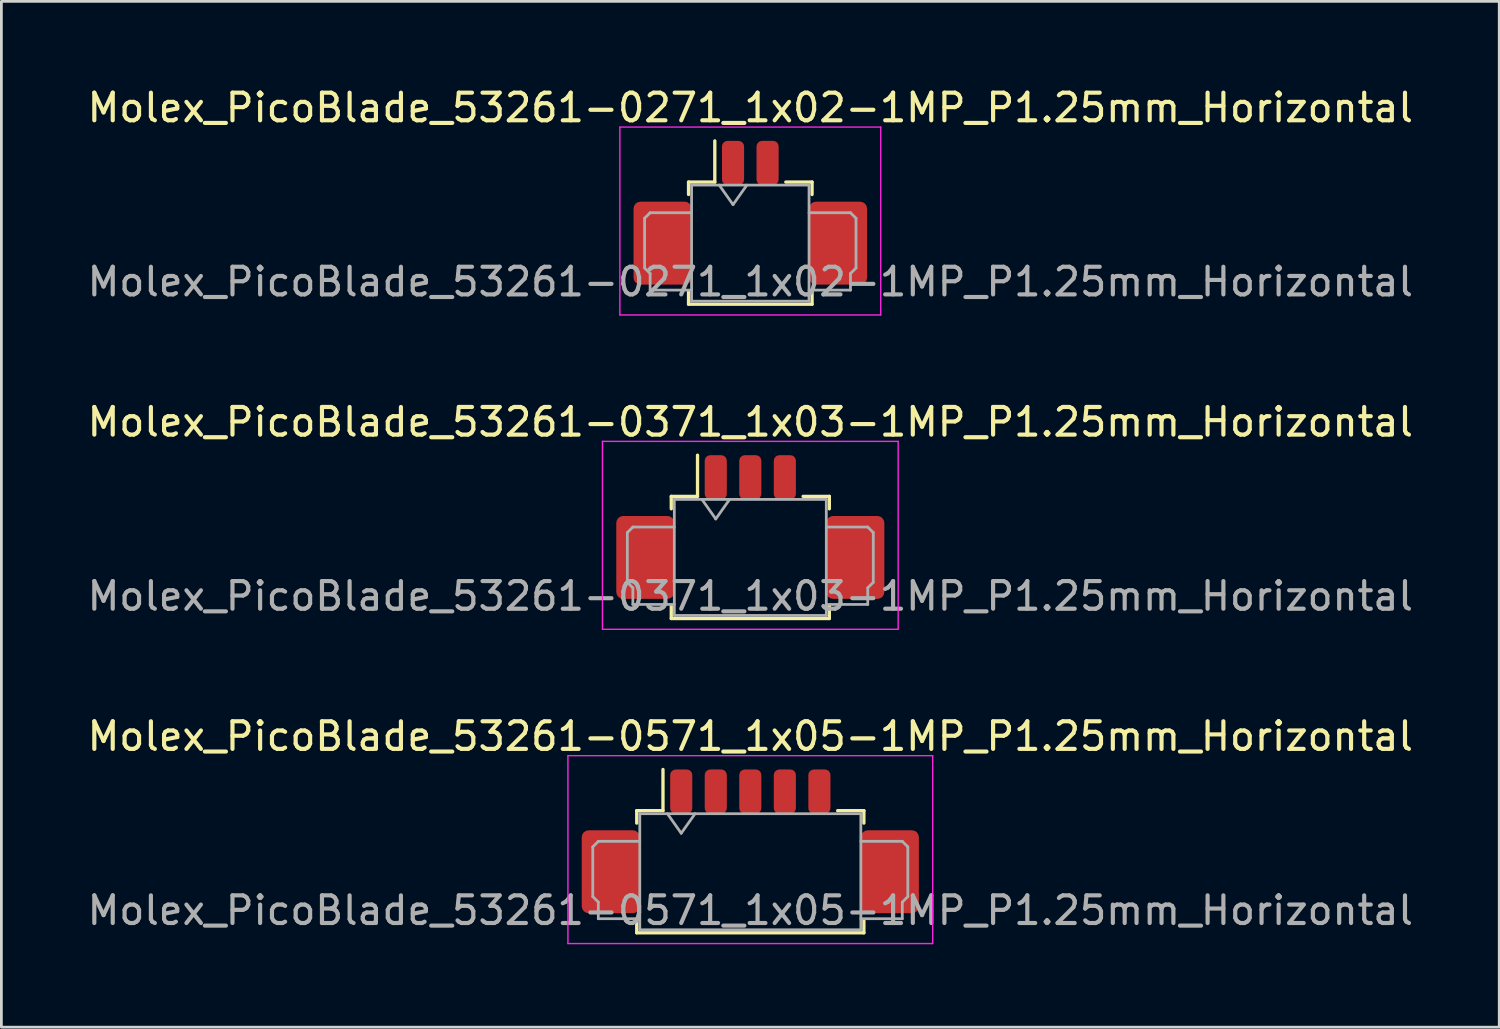
<source format=kicad_pcb>
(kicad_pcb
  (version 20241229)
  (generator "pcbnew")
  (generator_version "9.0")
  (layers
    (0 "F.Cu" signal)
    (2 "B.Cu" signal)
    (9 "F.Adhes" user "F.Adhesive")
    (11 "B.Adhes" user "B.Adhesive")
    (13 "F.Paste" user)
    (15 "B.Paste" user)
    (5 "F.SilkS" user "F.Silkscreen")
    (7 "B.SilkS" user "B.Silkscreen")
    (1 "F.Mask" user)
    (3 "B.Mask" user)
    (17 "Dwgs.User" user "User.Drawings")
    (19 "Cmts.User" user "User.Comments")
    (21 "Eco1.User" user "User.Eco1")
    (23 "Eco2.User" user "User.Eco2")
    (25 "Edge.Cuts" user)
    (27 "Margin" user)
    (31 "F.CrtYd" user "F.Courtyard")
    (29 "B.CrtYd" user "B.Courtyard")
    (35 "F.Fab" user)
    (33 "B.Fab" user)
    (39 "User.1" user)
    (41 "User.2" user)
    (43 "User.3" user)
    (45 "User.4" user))
  (footprint "Molex_PicoBlade_53261-0371_1x03-1MP_P1.25mm_Horizontal"
    (layer "F.Cu")
    (at 24.101 16.622)
    (property "Reference" "Molex_PicoBlade_53261-0371_1x03-1MP_P1.25mm_Horizontal" (at 0 -4.4 0) (layer "F.SilkS") (effects (font (size 1 1) (thickness 0.15))))
    (attr smd)
    (fp_line (start -2.86 -1.71) (end -1.91 -1.71) (stroke (width 0.12) (type solid)) (layer "F.SilkS"))
    (fp_line (start -2.86 -1.26) (end -2.86 -1.71) (stroke (width 0.12) (type solid)) (layer "F.SilkS"))
    (fp_line (start -2.86 2.26) (end -2.86 2.71) (stroke (width 0.12) (type solid)) (layer "F.SilkS"))
    (fp_line (start -2.86 2.71) (end 2.86 2.71) (stroke (width 0.12) (type solid)) (layer "F.SilkS"))
    (fp_line (start -1.91 -1.71) (end -1.91 -3.2) (stroke (width 0.12) (type solid)) (layer "F.SilkS"))
    (fp_line (start 2.86 -1.71) (end 1.91 -1.71) (stroke (width 0.12) (type solid)) (layer "F.SilkS"))
    (fp_line (start 2.86 -1.26) (end 2.86 -1.71) (stroke (width 0.12) (type solid)) (layer "F.SilkS"))
    (fp_line (start 2.86 2.71) (end 2.86 2.26) (stroke (width 0.12) (type solid)) (layer "F.SilkS"))
    (fp_line (start -5.35 -3.7) (end -5.35 3.1) (stroke (width 0.05) (type solid)) (layer "F.CrtYd"))
    (fp_line (start -5.35 3.1) (end 5.35 3.1) (stroke (width 0.05) (type solid)) (layer "F.CrtYd"))
    (fp_line (start 5.35 -3.7) (end -5.35 -3.7) (stroke (width 0.05) (type solid)) (layer "F.CrtYd"))
    (fp_line (start 5.35 3.1) (end 5.35 -3.7) (stroke (width 0.05) (type solid)) (layer "F.CrtYd"))
    (fp_line (start -4.45 -0.4) (end -4.45 1.4) (stroke (width 0.1) (type solid)) (layer "F.Fab"))
    (fp_line (start -4.45 1.4) (end -4.25 1.6) (stroke (width 0.1) (type solid)) (layer "F.Fab"))
    (fp_line (start -4.25 -0.6) (end -4.45 -0.4) (stroke (width 0.1) (type solid)) (layer "F.Fab"))
    (fp_line (start -4.25 1.6) (end -4.25 2.2) (stroke (width 0.1) (type solid)) (layer "F.Fab"))
    (fp_line (start -4.25 2.2) (end -2.75 2.2) (stroke (width 0.1) (type solid)) (layer "F.Fab"))
    (fp_line (start -2.75 -1.6) (end -2.75 2.6) (stroke (width 0.1) (type solid)) (layer "F.Fab"))
    (fp_line (start -2.75 -1.6) (end 2.75 -1.6) (stroke (width 0.1) (type solid)) (layer "F.Fab"))
    (fp_line (start -2.75 -0.6) (end -4.25 -0.6) (stroke (width 0.1) (type solid)) (layer "F.Fab"))
    (fp_line (start -2.75 2.6) (end 2.75 2.6) (stroke (width 0.1) (type solid)) (layer "F.Fab"))
    (fp_line (start -1.75 -1.6) (end -1.25 -0.893) (stroke (width 0.1) (type solid)) (layer "F.Fab"))
    (fp_line (start -1.25 -0.893) (end -0.75 -1.6) (stroke (width 0.1) (type solid)) (layer "F.Fab"))
    (fp_line (start 2.75 -1.6) (end 2.75 2.6) (stroke (width 0.1) (type solid)) (layer "F.Fab"))
    (fp_line (start 2.75 -0.6) (end 4.25 -0.6) (stroke (width 0.1) (type solid)) (layer "F.Fab"))
    (fp_line (start 4.25 -0.6) (end 4.45 -0.4) (stroke (width 0.1) (type solid)) (layer "F.Fab"))
    (fp_line (start 4.25 1.6) (end 4.25 2.2) (stroke (width 0.1) (type solid)) (layer "F.Fab"))
    (fp_line (start 4.25 2.2) (end 2.75 2.2) (stroke (width 0.1) (type solid)) (layer "F.Fab"))
    (fp_line (start 4.45 -0.4) (end 4.45 1.4) (stroke (width 0.1) (type solid)) (layer "F.Fab"))
    (fp_line (start 4.45 1.4) (end 4.25 1.6) (stroke (width 0.1) (type solid)) (layer "F.Fab"))
    (fp_text user "${REFERENCE}" (at 0 1.9 0) (layer "F.Fab") (effects (font (size 1 1) (thickness 0.15))))
    (pad "1" smd roundrect (at -1.25 -2.4) (size 0.8 1.6) (layers "F.Cu" "F.Mask" "F.Paste") (roundrect_rratio 0.25))
    (pad "2" smd roundrect (at 0 -2.4) (size 0.8 1.6) (layers "F.Cu" "F.Mask" "F.Paste") (roundrect_rratio 0.25))
    (pad "3" smd roundrect (at 1.25 -2.4) (size 0.8 1.6) (layers "F.Cu" "F.Mask" "F.Paste") (roundrect_rratio 0.25))
    (pad "MP" smd roundrect (at -3.8 0.5) (size 2.1 3) (layers "F.Cu" "F.Mask" "F.Paste") (roundrect_rratio 0.119))
    (pad "MP" smd roundrect (at 3.8 0.5) (size 2.1 3) (layers "F.Cu" "F.Mask" "F.Paste") (roundrect_rratio 0.119)))
  (footprint "Molex_PicoBlade_53261-0571_1x05-1MP_P1.25mm_Horizontal"
    (layer "F.Cu")
    (at 24.101 27.995)
    (property "Reference" "Molex_PicoBlade_53261-0571_1x05-1MP_P1.25mm_Horizontal" (at 0 -4.4 0) (layer "F.SilkS") (effects (font (size 1 1) (thickness 0.15))))
    (attr smd)
    (fp_line (start -4.11 -1.71) (end -3.16 -1.71) (stroke (width 0.12) (type solid)) (layer "F.SilkS"))
    (fp_line (start -4.11 -1.26) (end -4.11 -1.71) (stroke (width 0.12) (type solid)) (layer "F.SilkS"))
    (fp_line (start -4.11 2.26) (end -4.11 2.71) (stroke (width 0.12) (type solid)) (layer "F.SilkS"))
    (fp_line (start -4.11 2.71) (end 4.11 2.71) (stroke (width 0.12) (type solid)) (layer "F.SilkS"))
    (fp_line (start -3.16 -1.71) (end -3.16 -3.2) (stroke (width 0.12) (type solid)) (layer "F.SilkS"))
    (fp_line (start 4.11 -1.71) (end 3.16 -1.71) (stroke (width 0.12) (type solid)) (layer "F.SilkS"))
    (fp_line (start 4.11 -1.26) (end 4.11 -1.71) (stroke (width 0.12) (type solid)) (layer "F.SilkS"))
    (fp_line (start 4.11 2.71) (end 4.11 2.26) (stroke (width 0.12) (type solid)) (layer "F.SilkS"))
    (fp_line (start -6.6 -3.7) (end -6.6 3.1) (stroke (width 0.05) (type solid)) (layer "F.CrtYd"))
    (fp_line (start -6.6 3.1) (end 6.6 3.1) (stroke (width 0.05) (type solid)) (layer "F.CrtYd"))
    (fp_line (start 6.6 -3.7) (end -6.6 -3.7) (stroke (width 0.05) (type solid)) (layer "F.CrtYd"))
    (fp_line (start 6.6 3.1) (end 6.6 -3.7) (stroke (width 0.05) (type solid)) (layer "F.CrtYd"))
    (fp_line (start -5.7 -0.4) (end -5.7 1.4) (stroke (width 0.1) (type solid)) (layer "F.Fab"))
    (fp_line (start -5.7 1.4) (end -5.5 1.6) (stroke (width 0.1) (type solid)) (layer "F.Fab"))
    (fp_line (start -5.5 -0.6) (end -5.7 -0.4) (stroke (width 0.1) (type solid)) (layer "F.Fab"))
    (fp_line (start -5.5 1.6) (end -5.5 2.2) (stroke (width 0.1) (type solid)) (layer "F.Fab"))
    (fp_line (start -5.5 2.2) (end -4 2.2) (stroke (width 0.1) (type solid)) (layer "F.Fab"))
    (fp_line (start -4 -1.6) (end -4 2.6) (stroke (width 0.1) (type solid)) (layer "F.Fab"))
    (fp_line (start -4 -1.6) (end 4 -1.6) (stroke (width 0.1) (type solid)) (layer "F.Fab"))
    (fp_line (start -4 -0.6) (end -5.5 -0.6) (stroke (width 0.1) (type solid)) (layer "F.Fab"))
    (fp_line (start -4 2.6) (end 4 2.6) (stroke (width 0.1) (type solid)) (layer "F.Fab"))
    (fp_line (start -3 -1.6) (end -2.5 -0.893) (stroke (width 0.1) (type solid)) (layer "F.Fab"))
    (fp_line (start -2.5 -0.893) (end -2 -1.6) (stroke (width 0.1) (type solid)) (layer "F.Fab"))
    (fp_line (start 4 -1.6) (end 4 2.6) (stroke (width 0.1) (type solid)) (layer "F.Fab"))
    (fp_line (start 4 -0.6) (end 5.5 -0.6) (stroke (width 0.1) (type solid)) (layer "F.Fab"))
    (fp_line (start 5.5 -0.6) (end 5.7 -0.4) (stroke (width 0.1) (type solid)) (layer "F.Fab"))
    (fp_line (start 5.5 1.6) (end 5.5 2.2) (stroke (width 0.1) (type solid)) (layer "F.Fab"))
    (fp_line (start 5.5 2.2) (end 4 2.2) (stroke (width 0.1) (type solid)) (layer "F.Fab"))
    (fp_line (start 5.7 -0.4) (end 5.7 1.4) (stroke (width 0.1) (type solid)) (layer "F.Fab"))
    (fp_line (start 5.7 1.4) (end 5.5 1.6) (stroke (width 0.1) (type solid)) (layer "F.Fab"))
    (fp_text user "${REFERENCE}" (at 0 1.9 0) (layer "F.Fab") (effects (font (size 1 1) (thickness 0.15))))
    (pad "1" smd roundrect (at -2.5 -2.4) (size 0.8 1.6) (layers "F.Cu" "F.Mask" "F.Paste") (roundrect_rratio 0.25))
    (pad "2" smd roundrect (at -1.25 -2.4) (size 0.8 1.6) (layers "F.Cu" "F.Mask" "F.Paste") (roundrect_rratio 0.25))
    (pad "3" smd roundrect (at 0 -2.4) (size 0.8 1.6) (layers "F.Cu" "F.Mask" "F.Paste") (roundrect_rratio 0.25))
    (pad "4" smd roundrect (at 1.25 -2.4) (size 0.8 1.6) (layers "F.Cu" "F.Mask" "F.Paste") (roundrect_rratio 0.25))
    (pad "5" smd roundrect (at 2.5 -2.4) (size 0.8 1.6) (layers "F.Cu" "F.Mask" "F.Paste") (roundrect_rratio 0.25))
    (pad "MP" smd roundrect (at -5.05 0.5) (size 2.1 3) (layers "F.Cu" "F.Mask" "F.Paste") (roundrect_rratio 0.119))
    (pad "MP" smd roundrect (at 5.05 0.5) (size 2.1 3) (layers "F.Cu" "F.Mask" "F.Paste") (roundrect_rratio 0.119)))
  (footprint "Molex_PicoBlade_53261-0271_1x02-1MP_P1.25mm_Horizontal"
    (layer "F.Cu")
    (at 24.101 5.248)
    (property "Reference" "Molex_PicoBlade_53261-0271_1x02-1MP_P1.25mm_Horizontal" (at 0 -4.4 0) (layer "F.SilkS") (effects (font (size 1 1) (thickness 0.15))))
    (attr smd)
    (fp_line (start -2.235 -1.71) (end -1.285 -1.71) (stroke (width 0.12) (type solid)) (layer "F.SilkS"))
    (fp_line (start -2.235 -1.26) (end -2.235 -1.71) (stroke (width 0.12) (type solid)) (layer "F.SilkS"))
    (fp_line (start -2.235 2.26) (end -2.235 2.71) (stroke (width 0.12) (type solid)) (layer "F.SilkS"))
    (fp_line (start -2.235 2.71) (end 2.235 2.71) (stroke (width 0.12) (type solid)) (layer "F.SilkS"))
    (fp_line (start -1.285 -1.71) (end -1.285 -3.2) (stroke (width 0.12) (type solid)) (layer "F.SilkS"))
    (fp_line (start 2.235 -1.71) (end 1.285 -1.71) (stroke (width 0.12) (type solid)) (layer "F.SilkS"))
    (fp_line (start 2.235 -1.26) (end 2.235 -1.71) (stroke (width 0.12) (type solid)) (layer "F.SilkS"))
    (fp_line (start 2.235 2.71) (end 2.235 2.26) (stroke (width 0.12) (type solid)) (layer "F.SilkS"))
    (fp_line (start -4.72 -3.7) (end -4.72 3.1) (stroke (width 0.05) (type solid)) (layer "F.CrtYd"))
    (fp_line (start -4.72 3.1) (end 4.72 3.1) (stroke (width 0.05) (type solid)) (layer "F.CrtYd"))
    (fp_line (start 4.72 -3.7) (end -4.72 -3.7) (stroke (width 0.05) (type solid)) (layer "F.CrtYd"))
    (fp_line (start 4.72 3.1) (end 4.72 -3.7) (stroke (width 0.05) (type solid)) (layer "F.CrtYd"))
    (fp_line (start -3.825 -0.4) (end -3.825 1.4) (stroke (width 0.1) (type solid)) (layer "F.Fab"))
    (fp_line (start -3.825 1.4) (end -3.625 1.6) (stroke (width 0.1) (type solid)) (layer "F.Fab"))
    (fp_line (start -3.625 -0.6) (end -3.825 -0.4) (stroke (width 0.1) (type solid)) (layer "F.Fab"))
    (fp_line (start -3.625 1.6) (end -3.625 2.2) (stroke (width 0.1) (type solid)) (layer "F.Fab"))
    (fp_line (start -3.625 2.2) (end -2.125 2.2) (stroke (width 0.1) (type solid)) (layer "F.Fab"))
    (fp_line (start -2.125 -1.6) (end -2.125 2.6) (stroke (width 0.1) (type solid)) (layer "F.Fab"))
    (fp_line (start -2.125 -1.6) (end 2.125 -1.6) (stroke (width 0.1) (type solid)) (layer "F.Fab"))
    (fp_line (start -2.125 -0.6) (end -3.625 -0.6) (stroke (width 0.1) (type solid)) (layer "F.Fab"))
    (fp_line (start -2.125 2.6) (end 2.125 2.6) (stroke (width 0.1) (type solid)) (layer "F.Fab"))
    (fp_line (start -1.125 -1.6) (end -0.625 -0.893) (stroke (width 0.1) (type solid)) (layer "F.Fab"))
    (fp_line (start -0.625 -0.893) (end -0.125 -1.6) (stroke (width 0.1) (type solid)) (layer "F.Fab"))
    (fp_line (start 2.125 -1.6) (end 2.125 2.6) (stroke (width 0.1) (type solid)) (layer "F.Fab"))
    (fp_line (start 2.125 -0.6) (end 3.625 -0.6) (stroke (width 0.1) (type solid)) (layer "F.Fab"))
    (fp_line (start 3.625 -0.6) (end 3.825 -0.4) (stroke (width 0.1) (type solid)) (layer "F.Fab"))
    (fp_line (start 3.625 1.6) (end 3.625 2.2) (stroke (width 0.1) (type solid)) (layer "F.Fab"))
    (fp_line (start 3.625 2.2) (end 2.125 2.2) (stroke (width 0.1) (type solid)) (layer "F.Fab"))
    (fp_line (start 3.825 -0.4) (end 3.825 1.4) (stroke (width 0.1) (type solid)) (layer "F.Fab"))
    (fp_line (start 3.825 1.4) (end 3.625 1.6) (stroke (width 0.1) (type solid)) (layer "F.Fab"))
    (fp_text user "${REFERENCE}" (at 0 1.9 0) (layer "F.Fab") (effects (font (size 1 1) (thickness 0.15))))
    (pad "1" smd roundrect (at -0.625 -2.4) (size 0.8 1.6) (layers "F.Cu" "F.Mask" "F.Paste") (roundrect_rratio 0.25))
    (pad "2" smd roundrect (at 0.625 -2.4) (size 0.8 1.6) (layers "F.Cu" "F.Mask" "F.Paste") (roundrect_rratio 0.25))
    (pad "MP" smd roundrect (at -3.175 0.5) (size 2.1 3) (layers "F.Cu" "F.Mask" "F.Paste") (roundrect_rratio 0.119))
    (pad "MP" smd roundrect (at 3.175 0.5) (size 2.1 3) (layers "F.Cu" "F.Mask" "F.Paste") (roundrect_rratio 0.119)))
  (gr_rect
    (start -3 -3)
    (end 51.202 34.12)
    (stroke (width 0.1) (type default))
    (fill no)
    (layer "Edge.Cuts")))
</source>
